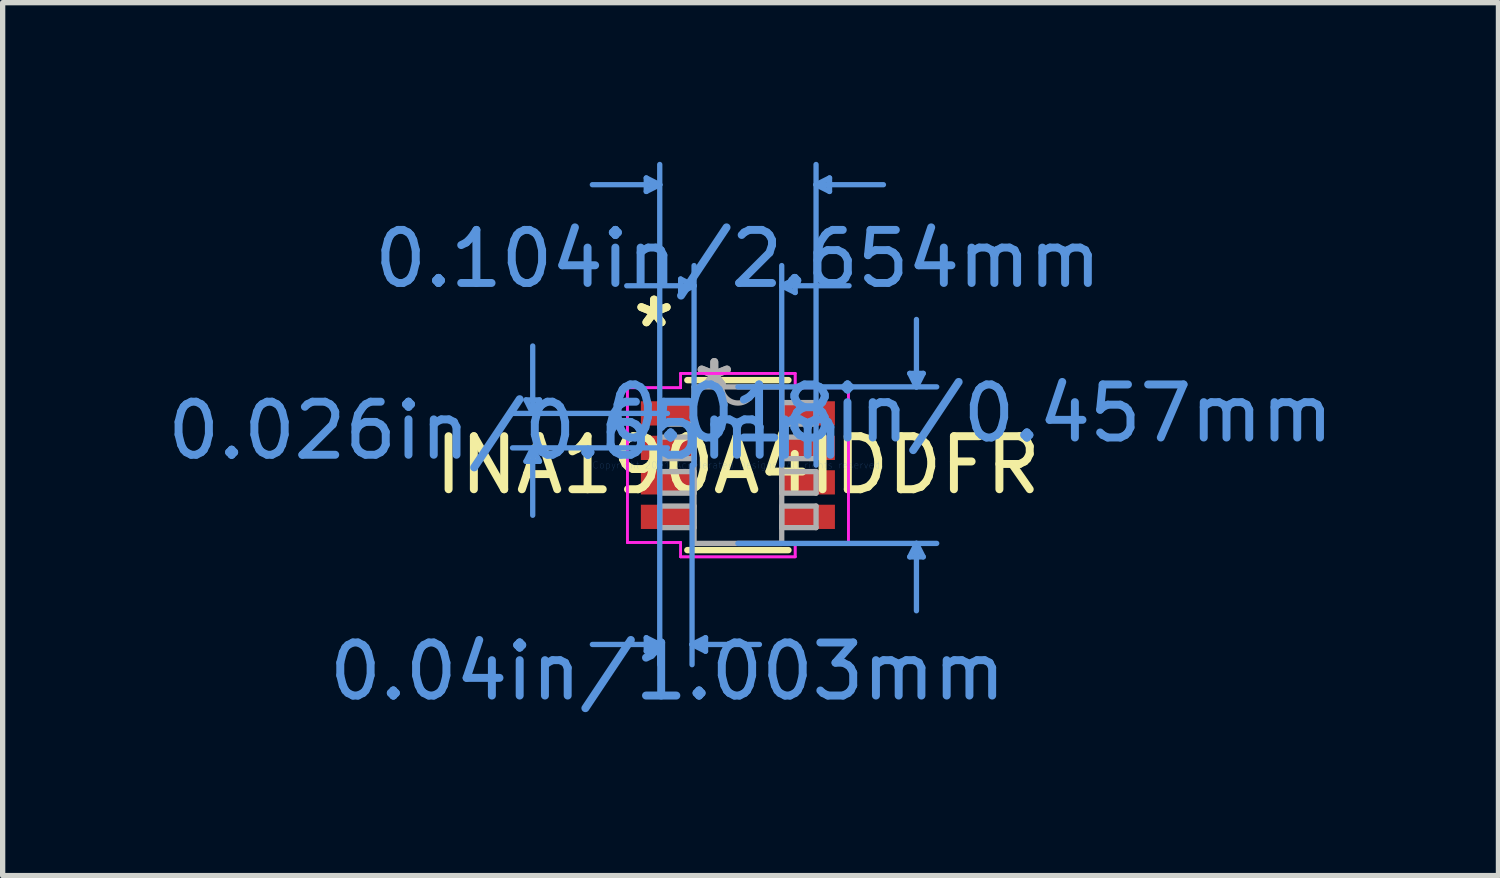
<source format=kicad_pcb>
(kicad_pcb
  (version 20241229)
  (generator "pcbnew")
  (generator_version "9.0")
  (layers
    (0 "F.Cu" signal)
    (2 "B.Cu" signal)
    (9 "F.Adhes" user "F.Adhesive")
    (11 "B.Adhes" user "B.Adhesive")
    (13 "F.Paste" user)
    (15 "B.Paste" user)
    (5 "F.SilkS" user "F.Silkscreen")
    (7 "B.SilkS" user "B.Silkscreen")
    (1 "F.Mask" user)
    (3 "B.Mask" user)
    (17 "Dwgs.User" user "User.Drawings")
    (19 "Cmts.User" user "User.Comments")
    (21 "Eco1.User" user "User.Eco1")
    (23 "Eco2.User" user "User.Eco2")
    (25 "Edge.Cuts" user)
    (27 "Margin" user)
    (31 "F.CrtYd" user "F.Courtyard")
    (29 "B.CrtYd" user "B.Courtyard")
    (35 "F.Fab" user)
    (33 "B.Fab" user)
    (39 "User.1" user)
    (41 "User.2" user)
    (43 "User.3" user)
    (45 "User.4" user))
  (footprint "INA190A4IDDFR"
    (layer "F.Cu")
    (at 10.857 5.716)
    (property "Reference" "INA190A4IDDFR" (at 0 0 0) (layer "F.SilkS") (effects (font (size 1 1) (thickness 0.15))))
    (attr through_hole)
    (fp_line (start -0.953 1.602) (end 0.953 1.602) (stroke (width 0.12) (type solid)) (layer "F.SilkS"))
    (fp_line (start 0.953 -1.602) (end -0.953 -1.602) (stroke (width 0.12) (type solid)) (layer "F.SilkS"))
    (fp_line (start -3.994 -1.229) (end -3.74 -1.229) (stroke (width 0.1) (type solid)) (layer "Cmts.User"))
    (fp_line (start -3.994 -0.071) (end -3.74 -0.071) (stroke (width 0.1) (type solid)) (layer "Cmts.User"))
    (fp_line (start -3.867 -0.975) (end -3.994 -1.229) (stroke (width 0.1) (type solid)) (layer "Cmts.User"))
    (fp_line (start -3.867 -0.975) (end -3.867 -2.245) (stroke (width 0.1) (type solid)) (layer "Cmts.User"))
    (fp_line (start -3.867 -0.975) (end -3.74 -1.229) (stroke (width 0.1) (type solid)) (layer "Cmts.User"))
    (fp_line (start -3.867 -0.325) (end -3.994 -0.071) (stroke (width 0.1) (type solid)) (layer "Cmts.User"))
    (fp_line (start -3.867 -0.325) (end -3.867 0.945) (stroke (width 0.1) (type solid)) (layer "Cmts.User"))
    (fp_line (start -3.867 -0.325) (end -3.74 -0.071) (stroke (width 0.1) (type solid)) (layer "Cmts.User"))
    (fp_line (start -1.727 -5.412) (end -1.727 -5.158) (stroke (width 0.1) (type solid)) (layer "Cmts.User"))
    (fp_line (start -1.727 3.253) (end -1.727 3.507) (stroke (width 0.1) (type solid)) (layer "Cmts.User"))
    (fp_line (start -1.473 -5.285) (end -2.743 -5.285) (stroke (width 0.1) (type solid)) (layer "Cmts.User"))
    (fp_line (start -1.473 -5.285) (end -1.727 -5.412) (stroke (width 0.1) (type solid)) (layer "Cmts.User"))
    (fp_line (start -1.473 -5.285) (end -1.727 -5.158) (stroke (width 0.1) (type solid)) (layer "Cmts.User"))
    (fp_line (start -1.473 0) (end -1.473 -5.666) (stroke (width 0.1) (type solid)) (layer "Cmts.User"))
    (fp_line (start -1.473 0) (end -1.473 3.761) (stroke (width 0.1) (type solid)) (layer "Cmts.User"))
    (fp_line (start -1.473 3.38) (end -2.743 3.38) (stroke (width 0.1) (type solid)) (layer "Cmts.User"))
    (fp_line (start -1.473 3.38) (end -1.727 3.253) (stroke (width 0.1) (type solid)) (layer "Cmts.User"))
    (fp_line (start -1.473 3.38) (end -1.727 3.507) (stroke (width 0.1) (type solid)) (layer "Cmts.User"))
    (fp_line (start -1.327 -0.975) (end -4.248 -0.975) (stroke (width 0.1) (type solid)) (layer "Cmts.User"))
    (fp_line (start -1.327 -0.325) (end -4.248 -0.325) (stroke (width 0.1) (type solid)) (layer "Cmts.User"))
    (fp_line (start -1.079 -3.507) (end -1.079 -3.253) (stroke (width 0.1) (type solid)) (layer "Cmts.User"))
    (fp_line (start -0.864 0) (end -0.864 3.761) (stroke (width 0.1) (type solid)) (layer "Cmts.User"))
    (fp_line (start -0.864 3.38) (end -0.61 3.253) (stroke (width 0.1) (type solid)) (layer "Cmts.User"))
    (fp_line (start -0.864 3.38) (end -0.61 3.507) (stroke (width 0.1) (type solid)) (layer "Cmts.User"))
    (fp_line (start -0.864 3.38) (end 0.406 3.38) (stroke (width 0.1) (type solid)) (layer "Cmts.User"))
    (fp_line (start -0.826 -3.38) (end -2.095 -3.38) (stroke (width 0.1) (type solid)) (layer "Cmts.User"))
    (fp_line (start -0.826 -3.38) (end -1.079 -3.507) (stroke (width 0.1) (type solid)) (layer "Cmts.User"))
    (fp_line (start -0.826 -3.38) (end -1.079 -3.253) (stroke (width 0.1) (type solid)) (layer "Cmts.User"))
    (fp_line (start -0.826 0) (end -0.826 -3.761) (stroke (width 0.1) (type solid)) (layer "Cmts.User"))
    (fp_line (start -0.61 3.253) (end -0.61 3.507) (stroke (width 0.1) (type solid)) (layer "Cmts.User"))
    (fp_line (start 0 -1.475) (end 3.747 -1.475) (stroke (width 0.1) (type solid)) (layer "Cmts.User"))
    (fp_line (start 0 1.475) (end 3.747 1.475) (stroke (width 0.1) (type solid)) (layer "Cmts.User"))
    (fp_line (start 0.826 -3.38) (end 1.079 -3.507) (stroke (width 0.1) (type solid)) (layer "Cmts.User"))
    (fp_line (start 0.826 -3.38) (end 1.079 -3.253) (stroke (width 0.1) (type solid)) (layer "Cmts.User"))
    (fp_line (start 0.826 -3.38) (end 2.095 -3.38) (stroke (width 0.1) (type solid)) (layer "Cmts.User"))
    (fp_line (start 0.826 0) (end 0.826 -3.761) (stroke (width 0.1) (type solid)) (layer "Cmts.User"))
    (fp_line (start 1.079 -3.507) (end 1.079 -3.253) (stroke (width 0.1) (type solid)) (layer "Cmts.User"))
    (fp_line (start 1.473 -5.285) (end 1.727 -5.412) (stroke (width 0.1) (type solid)) (layer "Cmts.User"))
    (fp_line (start 1.473 -5.285) (end 1.727 -5.158) (stroke (width 0.1) (type solid)) (layer "Cmts.User"))
    (fp_line (start 1.473 -5.285) (end 2.743 -5.285) (stroke (width 0.1) (type solid)) (layer "Cmts.User"))
    (fp_line (start 1.473 0) (end 1.473 -5.666) (stroke (width 0.1) (type solid)) (layer "Cmts.User"))
    (fp_line (start 1.727 -5.412) (end 1.727 -5.158) (stroke (width 0.1) (type solid)) (layer "Cmts.User"))
    (fp_line (start 3.239 -1.729) (end 3.493 -1.729) (stroke (width 0.1) (type solid)) (layer "Cmts.User"))
    (fp_line (start 3.239 1.729) (end 3.493 1.729) (stroke (width 0.1) (type solid)) (layer "Cmts.User"))
    (fp_line (start 3.365 -1.475) (end 3.239 -1.729) (stroke (width 0.1) (type solid)) (layer "Cmts.User"))
    (fp_line (start 3.365 -1.475) (end 3.365 -2.745) (stroke (width 0.1) (type solid)) (layer "Cmts.User"))
    (fp_line (start 3.365 -1.475) (end 3.493 -1.729) (stroke (width 0.1) (type solid)) (layer "Cmts.User"))
    (fp_line (start 3.365 1.475) (end 3.239 1.729) (stroke (width 0.1) (type solid)) (layer "Cmts.User"))
    (fp_line (start 3.365 1.475) (end 3.365 2.745) (stroke (width 0.1) (type solid)) (layer "Cmts.User"))
    (fp_line (start 3.365 1.475) (end 3.493 1.729) (stroke (width 0.1) (type solid)) (layer "Cmts.User"))
    (fp_line (start -2.083 -1.458) (end -1.079 -1.458) (stroke (width 0.05) (type solid)) (layer "F.CrtYd"))
    (fp_line (start -2.083 -1.458) (end -1.079 -1.458) (stroke (width 0.05) (type solid)) (layer "F.CrtYd"))
    (fp_line (start -2.083 1.458) (end -2.083 -1.458) (stroke (width 0.05) (type solid)) (layer "F.CrtYd"))
    (fp_line (start -2.083 1.458) (end -2.083 -1.458) (stroke (width 0.05) (type solid)) (layer "F.CrtYd"))
    (fp_line (start -2.083 1.458) (end -1.079 1.458) (stroke (width 0.05) (type solid)) (layer "F.CrtYd"))
    (fp_line (start -1.079 -1.729) (end 1.079 -1.729) (stroke (width 0.05) (type solid)) (layer "F.CrtYd"))
    (fp_line (start -1.079 -1.729) (end 1.079 -1.729) (stroke (width 0.05) (type solid)) (layer "F.CrtYd"))
    (fp_line (start -1.079 -1.458) (end -1.079 -1.729) (stroke (width 0.05) (type solid)) (layer "F.CrtYd"))
    (fp_line (start -1.079 -1.458) (end -1.079 -1.729) (stroke (width 0.05) (type solid)) (layer "F.CrtYd"))
    (fp_line (start -1.079 1.458) (end -2.083 1.458) (stroke (width 0.05) (type solid)) (layer "F.CrtYd"))
    (fp_line (start -1.079 1.729) (end -1.079 1.458) (stroke (width 0.05) (type solid)) (layer "F.CrtYd"))
    (fp_line (start -1.079 1.729) (end -1.079 1.458) (stroke (width 0.05) (type solid)) (layer "F.CrtYd"))
    (fp_line (start 1.079 -1.729) (end 1.079 -1.458) (stroke (width 0.05) (type solid)) (layer "F.CrtYd"))
    (fp_line (start 1.079 -1.729) (end 1.079 -1.458) (stroke (width 0.05) (type solid)) (layer "F.CrtYd"))
    (fp_line (start 1.079 -1.458) (end 2.083 -1.458) (stroke (width 0.05) (type solid)) (layer "F.CrtYd"))
    (fp_line (start 1.079 1.458) (end 1.079 1.729) (stroke (width 0.05) (type solid)) (layer "F.CrtYd"))
    (fp_line (start 1.079 1.458) (end 1.079 1.729) (stroke (width 0.05) (type solid)) (layer "F.CrtYd"))
    (fp_line (start 1.079 1.729) (end -1.079 1.729) (stroke (width 0.05) (type solid)) (layer "F.CrtYd"))
    (fp_line (start 1.079 1.729) (end -1.079 1.729) (stroke (width 0.05) (type solid)) (layer "F.CrtYd"))
    (fp_line (start 2.083 -1.458) (end 1.079 -1.458) (stroke (width 0.05) (type solid)) (layer "F.CrtYd"))
    (fp_line (start 2.083 -1.458) (end 2.083 1.458) (stroke (width 0.05) (type solid)) (layer "F.CrtYd"))
    (fp_line (start 2.083 -1.458) (end 2.083 1.458) (stroke (width 0.05) (type solid)) (layer "F.CrtYd"))
    (fp_line (start 2.083 1.458) (end 1.079 1.458) (stroke (width 0.05) (type solid)) (layer "F.CrtYd"))
    (fp_line (start 2.083 1.458) (end 1.079 1.458) (stroke (width 0.05) (type solid)) (layer "F.CrtYd"))
    (fp_line (start -1.473 -1.178) (end -1.473 -0.772) (stroke (width 0.1) (type solid)) (layer "F.Fab"))
    (fp_line (start -1.473 -0.772) (end -0.826 -0.772) (stroke (width 0.1) (type solid)) (layer "F.Fab"))
    (fp_line (start -1.473 -0.528) (end -1.473 -0.122) (stroke (width 0.1) (type solid)) (layer "F.Fab"))
    (fp_line (start -1.473 -0.122) (end -0.826 -0.122) (stroke (width 0.1) (type solid)) (layer "F.Fab"))
    (fp_line (start -1.473 0.122) (end -1.473 0.528) (stroke (width 0.1) (type solid)) (layer "F.Fab"))
    (fp_line (start -1.473 0.528) (end -0.826 0.528) (stroke (width 0.1) (type solid)) (layer "F.Fab"))
    (fp_line (start -1.473 0.772) (end -1.473 1.178) (stroke (width 0.1) (type solid)) (layer "F.Fab"))
    (fp_line (start -1.473 1.178) (end -0.826 1.178) (stroke (width 0.1) (type solid)) (layer "F.Fab"))
    (fp_line (start -0.826 -1.475) (end -0.826 1.475) (stroke (width 0.1) (type solid)) (layer "F.Fab"))
    (fp_line (start -0.826 -1.178) (end -1.473 -1.178) (stroke (width 0.1) (type solid)) (layer "F.Fab"))
    (fp_line (start -0.826 -0.772) (end -0.826 -1.178) (stroke (width 0.1) (type solid)) (layer "F.Fab"))
    (fp_line (start -0.826 -0.528) (end -1.473 -0.528) (stroke (width 0.1) (type solid)) (layer "F.Fab"))
    (fp_line (start -0.826 -0.122) (end -0.826 -0.528) (stroke (width 0.1) (type solid)) (layer "F.Fab"))
    (fp_line (start -0.826 0.122) (end -1.473 0.122) (stroke (width 0.1) (type solid)) (layer "F.Fab"))
    (fp_line (start -0.826 0.528) (end -0.826 0.122) (stroke (width 0.1) (type solid)) (layer "F.Fab"))
    (fp_line (start -0.826 0.772) (end -1.473 0.772) (stroke (width 0.1) (type solid)) (layer "F.Fab"))
    (fp_line (start -0.826 1.178) (end -0.826 0.772) (stroke (width 0.1) (type solid)) (layer "F.Fab"))
    (fp_line (start -0.826 1.475) (end 0.826 1.475) (stroke (width 0.1) (type solid)) (layer "F.Fab"))
    (fp_line (start 0.826 -1.475) (end -0.826 -1.475) (stroke (width 0.1) (type solid)) (layer "F.Fab"))
    (fp_line (start 0.826 -1.178) (end 0.826 -0.772) (stroke (width 0.1) (type solid)) (layer "F.Fab"))
    (fp_line (start 0.826 -0.772) (end 1.473 -0.772) (stroke (width 0.1) (type solid)) (layer "F.Fab"))
    (fp_line (start 0.826 -0.528) (end 0.826 -0.122) (stroke (width 0.1) (type solid)) (layer "F.Fab"))
    (fp_line (start 0.826 -0.122) (end 1.473 -0.122) (stroke (width 0.1) (type solid)) (layer "F.Fab"))
    (fp_line (start 0.826 0.122) (end 0.826 0.528) (stroke (width 0.1) (type solid)) (layer "F.Fab"))
    (fp_line (start 0.826 0.528) (end 1.473 0.528) (stroke (width 0.1) (type solid)) (layer "F.Fab"))
    (fp_line (start 0.826 0.772) (end 0.826 1.178) (stroke (width 0.1) (type solid)) (layer "F.Fab"))
    (fp_line (start 0.826 1.178) (end 1.473 1.178) (stroke (width 0.1) (type solid)) (layer "F.Fab"))
    (fp_line (start 0.826 1.475) (end 0.826 -1.475) (stroke (width 0.1) (type solid)) (layer "F.Fab"))
    (fp_line (start 1.473 -1.178) (end 0.826 -1.178) (stroke (width 0.1) (type solid)) (layer "F.Fab"))
    (fp_line (start 1.473 -0.772) (end 1.473 -1.178) (stroke (width 0.1) (type solid)) (layer "F.Fab"))
    (fp_line (start 1.473 -0.528) (end 0.826 -0.528) (stroke (width 0.1) (type solid)) (layer "F.Fab"))
    (fp_line (start 1.473 -0.122) (end 1.473 -0.528) (stroke (width 0.1) (type solid)) (layer "F.Fab"))
    (fp_line (start 1.473 0.122) (end 0.826 0.122) (stroke (width 0.1) (type solid)) (layer "F.Fab"))
    (fp_line (start 1.473 0.528) (end 1.473 0.122) (stroke (width 0.1) (type solid)) (layer "F.Fab"))
    (fp_line (start 1.473 0.772) (end 0.826 0.772) (stroke (width 0.1) (type solid)) (layer "F.Fab"))
    (fp_line (start 1.473 1.178) (end 1.473 0.772) (stroke (width 0.1) (type solid)) (layer "F.Fab"))
    (fp_arc (start 0.3048 -1.475) (mid 0 -1.1702) (end -0.3048 -1.475) (stroke (width 0.1) (type solid)) (layer "F.Fab"))
    (fp_text user "*" (at -1.581 -2.575 0) (layer "F.SilkS") (effects (font (size 1 1) (thickness 0.15))))
    (fp_text user "*" (at -1.581 -2.575 0) (layer "F.SilkS") (effects (font (size 1 1) (thickness 0.15))))
    (fp_text user "0.026in/0.65mm" (at -4.375 -0.65 0) (layer "Cmts.User") (effects (font (size 1 1) (thickness 0.15))))
    (fp_text user "0.04in/1.003mm" (at -1.327 3.888 0) (layer "Cmts.User") (effects (font (size 1 1) (thickness 0.15))))
    (fp_text user "Copyright 2021 Accelerated Designs. All rights reserved." (at 0 0 0) (layer "Cmts.User") (effects (font (size 0.127 0.127) (thickness 0.002))))
    (fp_text user "0.018in/0.457mm" (at 4.375 -0.975 0) (layer "Cmts.User") (effects (font (size 1 1) (thickness 0.15))))
    (fp_text user "0.104in/2.654mm" (at 0 -3.888 0) (layer "Cmts.User") (effects (font (size 1 1) (thickness 0.15))))
    (fp_text user "*" (at -0.445 -1.399 0) (layer "F.Fab") (effects (font (size 1 1) (thickness 0.15))))
    (fp_text user "*" (at -0.445 -1.399 0) (layer "F.Fab") (effects (font (size 1 1) (thickness 0.15))))
    (pad "1" smd rect (at -1.327 -0.975) (size 1.003 0.457) (layers "F.Cu" "F.Mask" "F.Paste"))
    (pad "2" smd rect (at -1.327 -0.325) (size 1.003 0.457) (layers "F.Cu" "F.Mask" "F.Paste"))
    (pad "3" smd rect (at -1.327 0.325) (size 1.003 0.457) (layers "F.Cu" "F.Mask" "F.Paste"))
    (pad "4" smd rect (at -1.327 0.975) (size 1.003 0.457) (layers "F.Cu" "F.Mask" "F.Paste"))
    (pad "5" smd rect (at 1.327 0.975) (size 1.003 0.457) (layers "F.Cu" "F.Mask" "F.Paste"))
    (pad "6" smd rect (at 1.327 0.325) (size 1.003 0.457) (layers "F.Cu" "F.Mask" "F.Paste"))
    (pad "7" smd rect (at 1.327 -0.325) (size 1.003 0.457) (layers "F.Cu" "F.Mask" "F.Paste"))
    (pad "8" smd rect (at 1.327 -0.975) (size 1.003 0.457) (layers "F.Cu" "F.Mask" "F.Paste")))
  (gr_rect
    (start -3 -3)
    (end 25.191 13.452)
    (stroke (width 0.1) (type default))
    (fill no)
    (layer "Edge.Cuts")))
</source>
